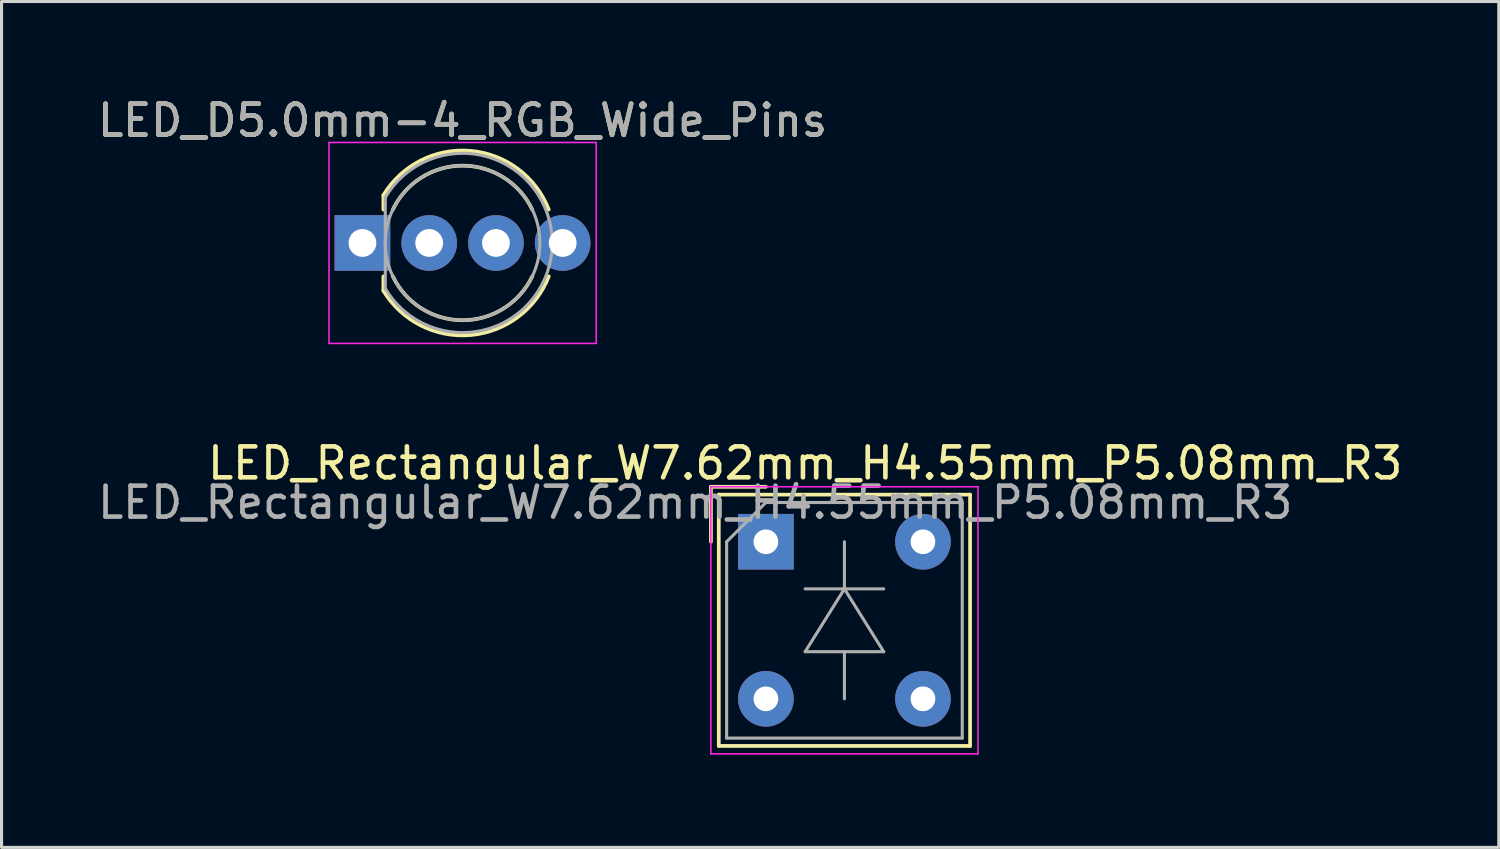
<source format=kicad_pcb>
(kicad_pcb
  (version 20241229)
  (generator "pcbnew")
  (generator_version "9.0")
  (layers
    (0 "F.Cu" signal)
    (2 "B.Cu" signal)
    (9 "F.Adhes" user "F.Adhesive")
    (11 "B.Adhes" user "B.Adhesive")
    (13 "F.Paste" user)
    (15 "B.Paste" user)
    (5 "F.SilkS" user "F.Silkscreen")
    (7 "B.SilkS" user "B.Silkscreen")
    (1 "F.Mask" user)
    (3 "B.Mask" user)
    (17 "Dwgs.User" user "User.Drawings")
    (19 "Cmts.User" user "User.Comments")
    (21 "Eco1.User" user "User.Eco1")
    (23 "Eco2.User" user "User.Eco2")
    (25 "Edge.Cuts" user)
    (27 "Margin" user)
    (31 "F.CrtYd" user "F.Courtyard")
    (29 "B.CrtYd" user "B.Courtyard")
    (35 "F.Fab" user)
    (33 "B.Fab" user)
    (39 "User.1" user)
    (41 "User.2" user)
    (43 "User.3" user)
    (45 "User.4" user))
  (footprint "LED_D5.0mm-4_RGB_Wide_Pins"
    (layer "F.Cu")
    (at 8.672 4.808)
    (property "Reference" "LED_D5.0mm-4_RGB_Wide_Pins" (at 3.239 -3.96 0) (layer "F.SilkS") (effects (font (size 1 1) (thickness 0.15))))
    (attr through_hole)
    (fp_line (start 0.678 -1.545) (end 0.678 -1.08) (stroke (width 0.12) (type solid)) (layer "F.SilkS"))
    (fp_line (start 0.678 1.08) (end 0.678 1.545) (stroke (width 0.12) (type solid)) (layer "F.SilkS"))
    (fp_arc (start 0.6785 -1.54483) (mid 3.496956 -2.978809) (end 6.026315 -1.080827) (stroke (width 0.12) (type solid)) (layer "F.SilkS"))
    (fp_arc (start 0.983816 -1.08) (mid 3.238262 -2.5) (end 5.492979 -1.080429) (stroke (width 0.12) (type solid)) (layer "F.SilkS"))
    (fp_arc (start 5.492979 1.080429) (mid 3.238262 2.5) (end 0.983816 1.08) (stroke (width 0.12) (type solid)) (layer "F.SilkS"))
    (fp_arc (start 6.026315 1.080827) (mid 3.496956 2.978808) (end 0.6785 1.54483) (stroke (width 0.12) (type solid)) (layer "F.SilkS"))
    (fp_line (start -1.08 -3.25) (end -1.08 3.25) (stroke (width 0.05) (type solid)) (layer "F.CrtYd"))
    (fp_line (start -1.08 3.25) (end 7.56 3.25) (stroke (width 0.05) (type solid)) (layer "F.CrtYd"))
    (fp_line (start 7.56 -3.25) (end -1.08 -3.25) (stroke (width 0.05) (type solid)) (layer "F.CrtYd"))
    (fp_line (start 7.56 3.25) (end 7.56 -3.25) (stroke (width 0.05) (type solid)) (layer "F.CrtYd"))
    (fp_line (start 0.739 -1.47) (end 0.739 1.47) (stroke (width 0.1) (type solid)) (layer "F.Fab"))
    (fp_arc (start 0.7385 -1.469694) (mid 6.1385 0.000016) (end 0.738484 1.469666) (stroke (width 0.1) (type solid)) (layer "F.Fab"))
    (fp_circle (center 3.239 0) (end 5.739 0) (stroke (width 0.1) (type solid)) (fill no) (layer "F.Fab"))
    (fp_text user "${REFERENCE}" (at 3.239 -3.96 0) (layer "F.Fab") (effects (font (size 1 1) (thickness 0.15))))
    (pad "1" thru_hole rect (at 0 0) (size 1.8 1.8) (drill 0.9) (layers "*.Cu" "*.Mask"))
    (pad "2" thru_hole circle (at 2.159 0) (size 1.8 1.8) (drill 0.9) (layers "*.Cu" "*.Mask"))
    (pad "3" thru_hole circle (at 4.318 0) (size 1.8 1.8) (drill 0.9) (layers "*.Cu" "*.Mask"))
    (pad "4" thru_hole circle (at 6.477 0) (size 1.8 1.8) (drill 0.9) (layers "*.Cu" "*.Mask")))
  (footprint "LED_Rectangular_W7.62mm_H4.55mm_P5.08mm_R3"
    (layer "F.Cu")
    (at 21.721 14.472)
    (property "Reference" "LED_Rectangular_W7.62mm_H4.55mm_P5.08mm_R3" (at 1.27 -2.54 0) (layer "F.SilkS") (effects (font (size 1 1) (thickness 0.15))))
    (attr through_hole)
    (fp_line (start -1.778 -1.778) (end -1.778 0) (stroke (width 0.12) (type solid)) (layer "F.SilkS"))
    (fp_line (start -1.524 -1.524) (end -1.524 6.604) (stroke (width 0.12) (type solid)) (layer "F.SilkS"))
    (fp_line (start -1.524 6.604) (end 6.604 6.604) (stroke (width 0.12) (type solid)) (layer "F.SilkS"))
    (fp_line (start 0 -1.778) (end -1.778 -1.778) (stroke (width 0.12) (type solid)) (layer "F.SilkS"))
    (fp_line (start 6.604 -1.524) (end -1.524 -1.524) (stroke (width 0.12) (type solid)) (layer "F.SilkS"))
    (fp_line (start 6.604 6.604) (end 6.604 -1.524) (stroke (width 0.12) (type solid)) (layer "F.SilkS"))
    (fp_line (start -1.78 -1.78) (end 6.86 -1.78) (stroke (width 0.05) (type solid)) (layer "F.CrtYd"))
    (fp_line (start -1.78 6.86) (end -1.78 -1.78) (stroke (width 0.05) (type solid)) (layer "F.CrtYd"))
    (fp_line (start 6.86 -1.78) (end 6.86 6.86) (stroke (width 0.05) (type solid)) (layer "F.CrtYd"))
    (fp_line (start 6.86 6.86) (end -1.78 6.86) (stroke (width 0.05) (type solid)) (layer "F.CrtYd"))
    (fp_line (start -1.27 0) (end -1.27 6.35) (stroke (width 0.1) (type solid)) (layer "F.Fab"))
    (fp_line (start -1.27 6.35) (end 6.35 6.35) (stroke (width 0.1) (type solid)) (layer "F.Fab"))
    (fp_line (start 0 -1.27) (end -1.27 0) (stroke (width 0.1) (type solid)) (layer "F.Fab"))
    (fp_line (start 1.27 1.524) (end 3.81 1.524) (stroke (width 0.1) (type solid)) (layer "F.Fab"))
    (fp_line (start 1.27 3.556) (end 2.54 1.524) (stroke (width 0.1) (type solid)) (layer "F.Fab"))
    (fp_line (start 2.54 0) (end 2.54 1.524) (stroke (width 0.1) (type solid)) (layer "F.Fab"))
    (fp_line (start 2.54 1.524) (end 3.81 3.556) (stroke (width 0.1) (type solid)) (layer "F.Fab"))
    (fp_line (start 2.54 3.556) (end 2.54 5.08) (stroke (width 0.1) (type solid)) (layer "F.Fab"))
    (fp_line (start 3.81 3.556) (end 1.27 3.556) (stroke (width 0.1) (type solid)) (layer "F.Fab"))
    (fp_line (start 6.35 -1.27) (end 0 -1.27) (stroke (width 0.1) (type solid)) (layer "F.Fab"))
    (fp_line (start 6.35 6.35) (end 6.35 -1.27) (stroke (width 0.1) (type solid)) (layer "F.Fab"))
    (fp_text user "${REFERENCE}" (at -2.286 -1.27 0) (layer "F.Fab") (effects (font (size 1 1) (thickness 0.15))))
    (pad "1" thru_hole rect (at 0 0) (size 1.8 1.8) (drill 0.8) (layers "*.Cu" "*.Mask"))
    (pad "1" thru_hole circle (at 5.08 0) (size 1.8 1.8) (drill 0.8) (layers "*.Cu" "*.Mask"))
    (pad "2" thru_hole circle (at 0 5.08) (size 1.8 1.8) (drill 0.8) (layers "*.Cu" "*.Mask"))
    (pad "2" thru_hole circle (at 5.08 5.08) (size 1.8 1.8) (drill 0.8) (layers "*.Cu" "*.Mask")))
  (gr_rect
    (start -3 -3)
    (end 45.425 24.357)
    (stroke (width 0.1) (type default))
    (fill no)
    (layer "Edge.Cuts")))
</source>
